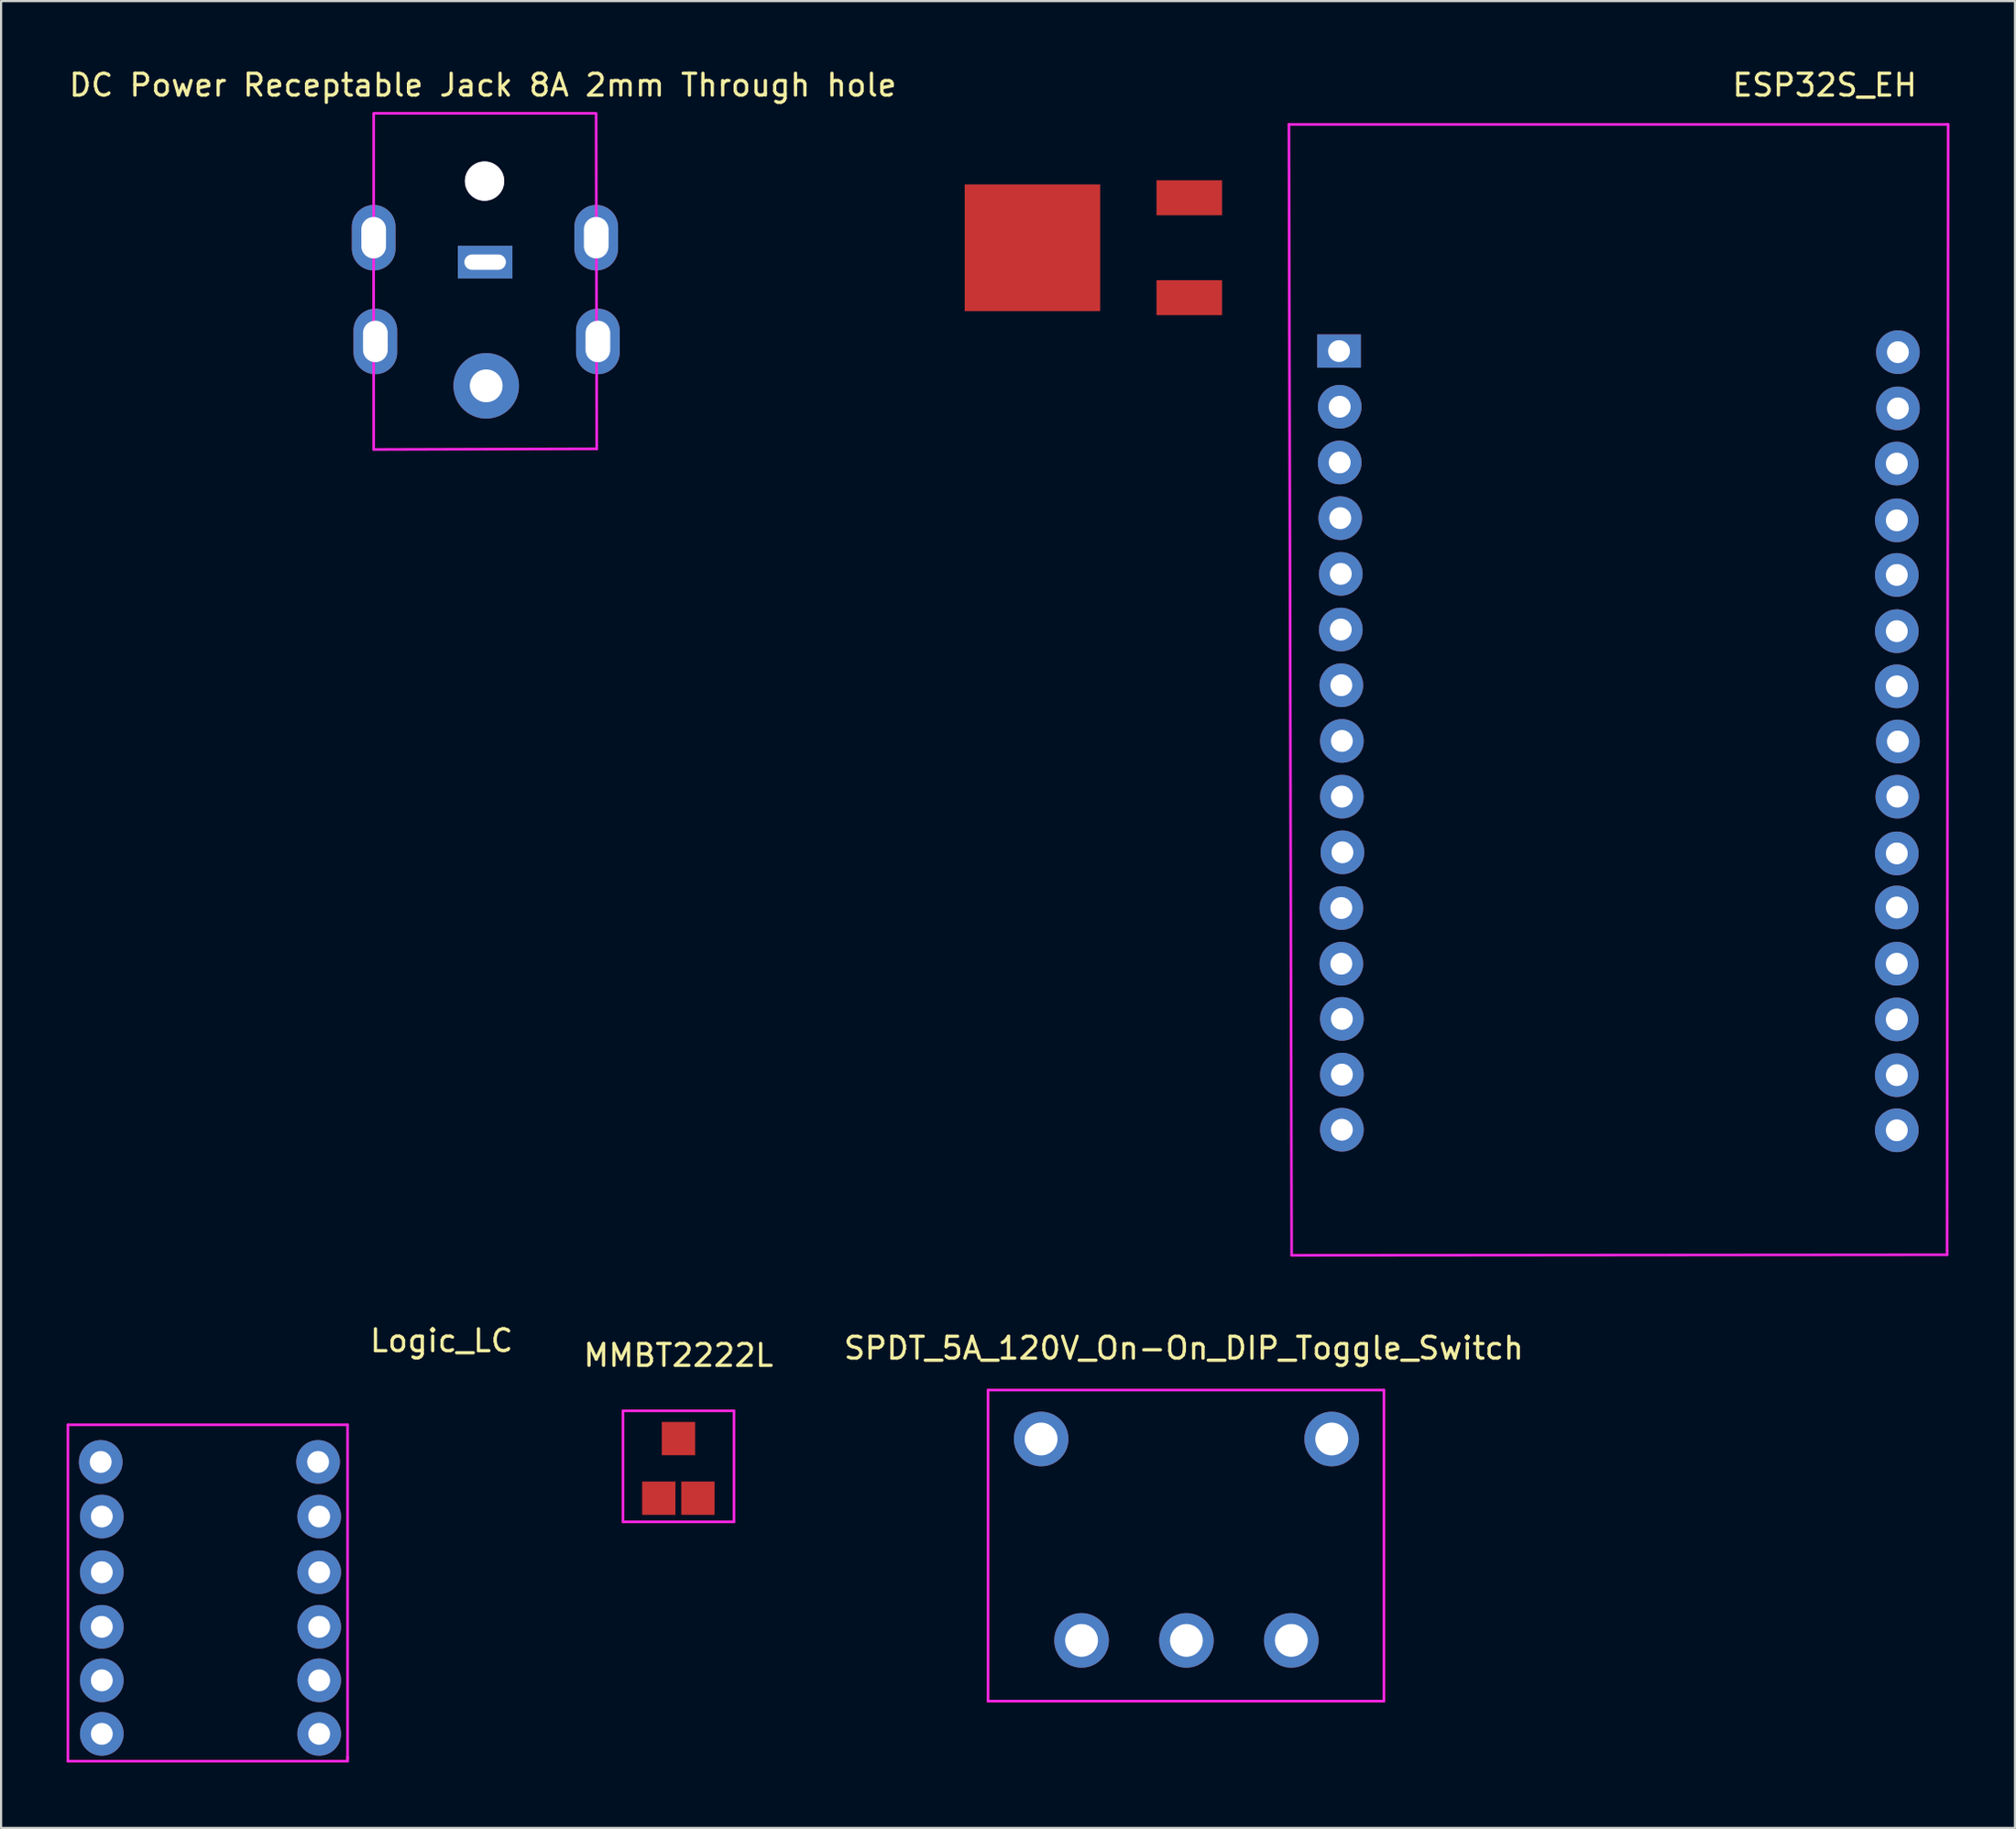
<source format=kicad_pcb>
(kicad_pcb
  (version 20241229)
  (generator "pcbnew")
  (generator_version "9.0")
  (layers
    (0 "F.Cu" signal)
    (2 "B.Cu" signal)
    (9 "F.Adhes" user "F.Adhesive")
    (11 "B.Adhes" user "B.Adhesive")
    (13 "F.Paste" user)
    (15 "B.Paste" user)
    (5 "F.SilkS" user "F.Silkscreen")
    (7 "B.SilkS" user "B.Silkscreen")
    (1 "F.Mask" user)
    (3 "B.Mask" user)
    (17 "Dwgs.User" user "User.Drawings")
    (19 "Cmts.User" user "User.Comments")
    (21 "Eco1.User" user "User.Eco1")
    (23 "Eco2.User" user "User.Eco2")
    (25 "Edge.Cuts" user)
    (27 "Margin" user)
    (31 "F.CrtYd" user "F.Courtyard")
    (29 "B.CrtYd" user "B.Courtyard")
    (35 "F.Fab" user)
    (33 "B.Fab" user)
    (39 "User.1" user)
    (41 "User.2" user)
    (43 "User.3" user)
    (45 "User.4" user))
  (footprint "Logic_LC"
    (layer "F.Cu")
    (at 6.91 60.282)
    (property "Reference" "Logic_LC" (at 10.25 -1.95 0) (layer "F.SilkS") (effects (font (size 1 1) (thickness 0.15))))
    (attr through_hole)
    (fp_line (start -6.85 1.9) (end -6.85 17.3) (stroke (width 0.12) (type solid)) (layer "F.CrtYd"))
    (fp_line (start -6.85 17.3) (end 5.95 17.3) (stroke (width 0.12) (type solid)) (layer "F.CrtYd"))
    (fp_line (start 5.95 1.9) (end -6.85 1.9) (stroke (width 0.12) (type solid)) (layer "F.CrtYd"))
    (fp_line (start 5.95 1.9) (end 5.95 17.2) (stroke (width 0.12) (type solid)) (layer "F.CrtYd"))
    (fp_line (start 5.95 17.3) (end 5.95 17.1) (stroke (width 0.12) (type solid)) (layer "F.CrtYd"))
    (pad "1" thru_hole circle (at -5.35 3.6) (size 2 2) (drill 1) (layers "*.Cu" "*.Mask"))
    (pad "2" thru_hole circle (at -5.3 6.1) (size 2 2) (drill 1) (layers "*.Cu" "*.Mask"))
    (pad "3" thru_hole circle (at -5.3 8.65) (size 2 2) (drill 1) (layers "*.Cu" "*.Mask"))
    (pad "4" thru_hole circle (at -5.3 11.15) (size 2 2) (drill 1) (layers "*.Cu" "*.Mask"))
    (pad "5" thru_hole circle (at -5.3 13.6) (size 2 2) (drill 1) (layers "*.Cu" "*.Mask"))
    (pad "6" thru_hole circle (at -5.3 16.05) (size 2 2) (drill 1) (layers "*.Cu" "*.Mask"))
    (pad "7" thru_hole circle (at 4.6 3.6) (size 2 2) (drill 1) (layers "*.Cu" "*.Mask"))
    (pad "8" thru_hole circle (at 4.65 6.1) (size 2 2) (drill 1) (layers "*.Cu" "*.Mask"))
    (pad "9" thru_hole circle (at 4.65 8.65) (size 2 2) (drill 1) (layers "*.Cu" "*.Mask"))
    (pad "10" thru_hole circle (at 4.65 11.15) (size 2 2) (drill 1) (layers "*.Cu" "*.Mask"))
    (pad "11" thru_hole circle (at 4.65 13.6) (size 2 2) (drill 1) (layers "*.Cu" "*.Mask"))
    (pad "12" thru_hole circle (at 4.65 16.05) (size 2 2) (drill 1) (layers "*.Cu" "*.Mask")))
  (footprint "DC Power Receptable Jack 8A 2mm Through hole"
    (layer "F.Cu")
    (at 22.356 2.169)
    (property "Reference" "DC Power Receptable Jack 8A 2mm Through hole" (at -3.302 -1.321 0) (layer "F.SilkS") (effects (font (size 1 1) (thickness 0.15))))
    (attr through_hole)
    (fp_line (start -8.306 5.613) (end -8.3 15.36) (stroke (width 0.12) (type solid)) (layer "F.CrtYd"))
    (fp_line (start -8.3 -0.03) (end 1.83 -0.03) (stroke (width 0.12) (type solid)) (layer "F.CrtYd"))
    (fp_line (start -8.3 5.4) (end -8.306 5.613) (stroke (width 0.12) (type solid)) (layer "F.CrtYd"))
    (fp_line (start -8.3 5.4) (end -8.3 0) (stroke (width 0.12) (type solid)) (layer "F.CrtYd"))
    (fp_line (start 1.88 -0.03) (end 1.89 5.62) (stroke (width 0.12) (type solid)) (layer "F.CrtYd"))
    (fp_line (start 1.89 5.62) (end 1.91 15.33) (stroke (width 0.12) (type solid)) (layer "F.CrtYd"))
    (fp_line (start 1.91 15.33) (end -8.28 15.36) (stroke (width 0.12) (type solid)) (layer "F.CrtYd"))
    (pad "" thru_hole circle (at -3.226 3.073) (size 1.8 1.8) (drill 1.8) (layers "*.Cu" "*.Mask"))
    (pad "2" thru_hole oval (at -8.301 5.664) (size 2 3) (drill oval 1.13 1.9) (layers "*.Cu" "*.Mask"))
    (pad "2" thru_hole oval (at -8.225 10.414) (size 2 3) (drill oval 1.13 1.9) (layers "*.Cu" "*.Mask"))
    (pad "2" thru_hole oval (at 1.885 5.664) (size 2 3) (drill oval 1.13 1.9) (layers "*.Cu" "*.Mask"))
    (pad "2" thru_hole oval (at 1.961 10.414) (size 2 3) (drill oval 1.13 1.9) (layers "*.Cu" "*.Mask"))
    (pad "3" thru_hole rect (at -3.2 6.782) (size 2.5 1.5) (drill oval 1.9 0.7) (layers "*.Cu" "*.Mask"))
    (pad "4" thru_hole circle (at -3.15 12.446) (size 3 3) (drill 1.5) (layers "*.Cu" "*.Mask")))
  (footprint "DPAK_FET (IRF5305S)"
    (layer "F.Cu")
    (at 47.307 8.292)
    (property "Reference" "DPAK_FET (IRF5305S)" (at 1.4 0 90) (layer "Eco1.User") (effects (font (size 1 1) (thickness 0.15))))
    (attr through_hole)
    (pad "D" smd rect (at -3.1 0) (size 6.2 5.8) (layers "F.Cu" "F.Mask" "F.Paste"))
    (pad "G" smd rect (at 4.08 2.286) (size 3 1.6) (layers "F.Cu" "F.Mask" "F.Paste"))
    (pad "S" smd rect (at 4.08 -2.286) (size 3 1.6) (layers "F.Cu" "F.Mask" "F.Paste")))
  (footprint "ESP32S_EH"
    (layer "F.Cu")
    (at 65.597 3.273)
    (property "Reference" "ESP32S_EH" (at 14.875 -2.425 0) (layer "F.SilkS") (effects (font (size 1 1) (thickness 0.15))))
    (attr through_hole)
    (fp_line (start -9.65 -0.625) (end -9.525 51.15) (stroke (width 0.12) (type solid)) (layer "F.CrtYd"))
    (fp_line (start -9.65 -0.625) (end 20.45 -0.625) (stroke (width 0.12) (type solid)) (layer "F.CrtYd"))
    (fp_line (start 20.45 -0.625) (end 20.525 -0.625) (stroke (width 0.12) (type solid)) (layer "F.CrtYd"))
    (fp_line (start 20.475 50.925) (end 20.475 51.125) (stroke (width 0.12) (type solid)) (layer "F.CrtYd"))
    (fp_line (start 20.475 51.125) (end -9.525 51.15) (stroke (width 0.12) (type solid)) (layer "F.CrtYd"))
    (fp_line (start 20.525 -0.625) (end 20.525 -0.525) (stroke (width 0.12) (type solid)) (layer "F.CrtYd"))
    (fp_line (start 20.525 -0.525) (end 20.475 50.925) (stroke (width 0.12) (type solid)) (layer "F.CrtYd"))
    (pad "1" thru_hole rect (at -7.355 9.75) (size 2 1.524) (drill 1) (layers "*.Cu" "*.Mask"))
    (pad "2" thru_hole circle (at -7.325 12.3) (size 2 2) (drill 1) (layers "*.Cu" "*.Mask"))
    (pad "3" thru_hole circle (at -7.325 14.85) (size 2 2) (drill 1) (layers "*.Cu" "*.Mask"))
    (pad "4" thru_hole circle (at -7.3 17.4) (size 2 2) (drill 1) (layers "*.Cu" "*.Mask"))
    (pad "5" thru_hole circle (at -7.275 19.95) (size 2 2) (drill 1) (layers "*.Cu" "*.Mask"))
    (pad "6" thru_hole circle (at -7.275 22.5) (size 2 2) (drill 1) (layers "*.Cu" "*.Mask"))
    (pad "7" thru_hole circle (at -7.25 25.05) (size 2 2) (drill 1) (layers "*.Cu" "*.Mask"))
    (pad "8" thru_hole circle (at -7.225 27.6) (size 2 2) (drill 1) (layers "*.Cu" "*.Mask"))
    (pad "9" thru_hole circle (at -7.225 30.15) (size 2 2) (drill 1) (layers "*.Cu" "*.Mask"))
    (pad "10" thru_hole circle (at -7.2 32.7) (size 2 2) (drill 1) (layers "*.Cu" "*.Mask"))
    (pad "11" thru_hole circle (at -7.25 35.25) (size 2 2) (drill 1) (layers "*.Cu" "*.Mask"))
    (pad "12" thru_hole circle (at -7.25 37.8) (size 2 2) (drill 1) (layers "*.Cu" "*.Mask"))
    (pad "13" thru_hole circle (at -7.225 40.325) (size 2 2) (drill 1) (layers "*.Cu" "*.Mask"))
    (pad "14" thru_hole circle (at -7.225 42.875) (size 2 2) (drill 1) (layers "*.Cu" "*.Mask"))
    (pad "15" thru_hole circle (at -7.225 45.4) (size 2 2) (drill 1) (layers "*.Cu" "*.Mask"))
    (pad "16" thru_hole circle (at 18.225 9.8) (size 2 2) (drill 1) (layers "*.Cu" "*.Mask"))
    (pad "17" thru_hole circle (at 18.225 12.375) (size 2 2) (drill 1) (layers "*.Cu" "*.Mask"))
    (pad "18" thru_hole circle (at 18.175 14.9) (size 2 2) (drill 1) (layers "*.Cu" "*.Mask"))
    (pad "19" thru_hole circle (at 18.175 17.5) (size 2 2) (drill 1) (layers "*.Cu" "*.Mask"))
    (pad "20" thru_hole circle (at 18.175 20) (size 2 2) (drill 1) (layers "*.Cu" "*.Mask"))
    (pad "21" thru_hole circle (at 18.175 22.575) (size 2 2) (drill 1) (layers "*.Cu" "*.Mask"))
    (pad "22" thru_hole circle (at 18.175 25.1) (size 2 2) (drill 1) (layers "*.Cu" "*.Mask"))
    (pad "23" thru_hole circle (at 18.225 27.625) (size 2 2) (drill 1) (layers "*.Cu" "*.Mask"))
    (pad "24" thru_hole circle (at 18.2 30.15) (size 2 2) (drill 1) (layers "*.Cu" "*.Mask"))
    (pad "25" thru_hole circle (at 18.175 32.75) (size 2 2) (drill 1) (layers "*.Cu" "*.Mask"))
    (pad "26" thru_hole circle (at 18.175 35.225) (size 2 2) (drill 1) (layers "*.Cu" "*.Mask"))
    (pad "27" thru_hole circle (at 18.175 37.8) (size 2 2) (drill 1) (layers "*.Cu" "*.Mask"))
    (pad "28" thru_hole circle (at 18.175 40.35) (size 2 2) (drill 1) (layers "*.Cu" "*.Mask"))
    (pad "29" thru_hole circle (at 18.175 42.9) (size 2 2) (drill 1) (layers "*.Cu" "*.Mask"))
    (pad "30" thru_hole circle (at 18.175 45.425) (size 2 2) (drill 1) (layers "*.Cu" "*.Mask")))
  (footprint "SPDT_5A_120V_On-On_DIP_Toggle_Switch"
    (layer "F.Cu")
    (at 51.206 57.733)
    (property "Reference" "SPDT_5A_120V_On-On_DIP_Toggle_Switch" (at -0.07 0.94 0) (layer "F.SilkS") (effects (font (size 1 1) (thickness 0.15))))
    (attr through_hole)
    (fp_line (start -9.03 17.1) (end -9.03 2.85) (stroke (width 0.12) (type solid)) (layer "F.CrtYd"))
    (fp_line (start -8.99 2.86) (end 9.09 2.86) (stroke (width 0.12) (type solid)) (layer "F.CrtYd"))
    (fp_line (start 9.09 2.86) (end 9.09 17.1) (stroke (width 0.12) (type solid)) (layer "F.CrtYd"))
    (fp_line (start 9.09 17.1) (end -9.03 17.1) (stroke (width 0.12) (type solid)) (layer "F.CrtYd"))
    (pad "1" thru_hole circle (at -6.6 5.1) (size 2.5 2.5) (drill 1.5) (layers "*.Cu" "*.Mask"))
    (pad "2" thru_hole circle (at 6.7 5.1) (size 2.5 2.5) (drill 1.5) (layers "*.Cu" "*.Mask"))
    (pad "3" thru_hole circle (at -4.75 14.32) (size 2.5 2.5) (drill 1.5) (layers "*.Cu" "*.Mask"))
    (pad "4" thru_hole circle (at 4.85 14.32) (size 2.5 2.5) (drill 1.5) (layers "*.Cu" "*.Mask"))
    (pad "5" thru_hole circle (at 0.05 14.32) (size 2.5 2.5) (drill 1.5) (layers "*.Cu" "*.Mask")))
  (footprint "MMBT2222L"
    (layer "F.Cu")
    (at 29.275 57.733)
    (property "Reference" "MMBT2222L" (at -1.27 1.27 0) (layer "F.SilkS") (effects (font (size 1 1) (thickness 0.15))))
    (attr through_hole)
    (fp_line (start -3.81 3.81) (end 1.27 3.81) (stroke (width 0.12) (type solid)) (layer "F.CrtYd"))
    (fp_line (start -3.81 8.89) (end -3.81 3.81) (stroke (width 0.12) (type solid)) (layer "F.CrtYd"))
    (fp_line (start 1.27 3.81) (end 1.27 8.89) (stroke (width 0.12) (type solid)) (layer "F.CrtYd"))
    (fp_line (start 1.27 8.89) (end -3.81 8.89) (stroke (width 0.12) (type solid)) (layer "F.CrtYd"))
    (pad "B" smd rect (at -2.17 7.81) (size 1.524 1.524) (layers "F.Cu" "F.Mask" "F.Paste"))
    (pad "C" smd rect (at -1.27 5.08) (size 1.524 1.524) (layers "F.Cu" "F.Mask" "F.Paste"))
    (pad "E" smd rect (at -0.38 7.81) (size 1.524 1.524) (layers "F.Cu" "F.Mask" "F.Paste")))
  (gr_rect
    (start -3 -3)
    (end 89.182 80.641)
    (stroke (width 0.1) (type default))
    (fill no)
    (layer "Edge.Cuts")))
</source>
